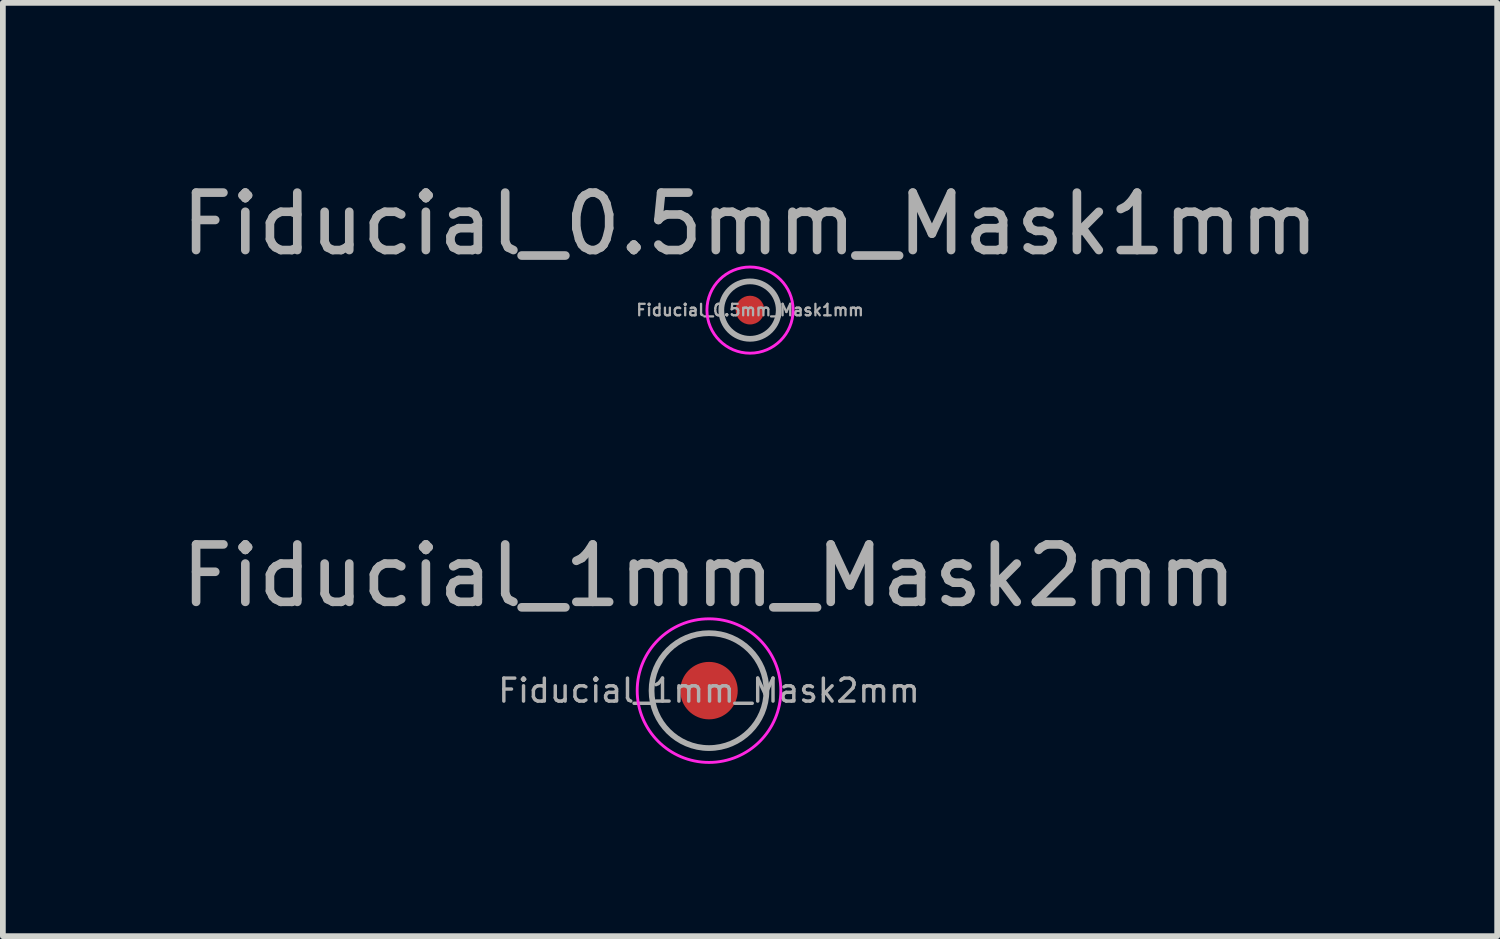
<source format=kicad_pcb>
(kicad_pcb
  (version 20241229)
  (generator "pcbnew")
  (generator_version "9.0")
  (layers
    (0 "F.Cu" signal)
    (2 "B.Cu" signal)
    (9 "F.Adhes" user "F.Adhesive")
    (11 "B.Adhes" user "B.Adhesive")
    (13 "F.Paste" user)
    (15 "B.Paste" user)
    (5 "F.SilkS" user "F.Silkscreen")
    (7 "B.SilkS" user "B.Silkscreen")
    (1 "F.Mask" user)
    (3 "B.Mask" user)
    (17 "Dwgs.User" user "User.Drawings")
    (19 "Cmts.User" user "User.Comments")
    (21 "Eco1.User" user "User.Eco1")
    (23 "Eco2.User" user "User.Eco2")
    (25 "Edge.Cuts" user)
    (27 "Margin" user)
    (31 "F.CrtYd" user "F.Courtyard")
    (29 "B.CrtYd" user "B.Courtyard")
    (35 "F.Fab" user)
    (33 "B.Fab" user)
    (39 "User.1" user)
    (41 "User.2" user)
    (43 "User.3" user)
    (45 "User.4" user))
  (footprint "Fiducial_0.5mm_Mask1mm"
    (layer "F.Cu")
    (at 10.006 2.348)
    (property "Reference" "Fiducial_0.5mm_Mask1mm" (at 0 -1.5 0) (layer "F.Fab") (effects (font (size 1 1) (thickness 0.15))))
    (attr smd)
    (fp_circle (center 0 0) (end 0.75 0) (stroke (width 0.05) (type solid)) (fill no) (layer "F.CrtYd"))
    (fp_circle (center 0 0) (end 0.5 0) (stroke (width 0.1) (type solid)) (fill no) (layer "F.Fab"))
    (fp_text user "${REFERENCE}" (at 0 0 0) (layer "F.Fab") (effects (font (size 0.2 0.2) (thickness 0.04))))
    (pad "" smd circle (at 0 0) (size 0.5 0.5) (layers "F.Cu" "F.Mask")))
  (footprint "Fiducial_1mm_Mask2mm"
    (layer "F.Cu")
    (at 9.292 8.972)
    (property "Reference" "Fiducial_1mm_Mask2mm" (at 0 -2 0) (layer "F.Fab") (effects (font (size 1 1) (thickness 0.15))))
    (attr smd)
    (fp_circle (center 0 0) (end 1.25 0) (stroke (width 0.05) (type solid)) (fill no) (layer "F.CrtYd"))
    (fp_circle (center 0 0) (end 1 0) (stroke (width 0.1) (type solid)) (fill no) (layer "F.Fab"))
    (fp_text user "${REFERENCE}" (at 0 0 0) (layer "F.Fab") (effects (font (size 0.4 0.4) (thickness 0.06))))
    (pad "" smd circle (at 0 0) (size 1 1) (layers "F.Cu" "F.Mask")))
  (gr_rect
    (start -3 -3)
    (end 23.012 13.246)
    (stroke (width 0.1) (type default))
    (fill no)
    (layer "Edge.Cuts")))
</source>
